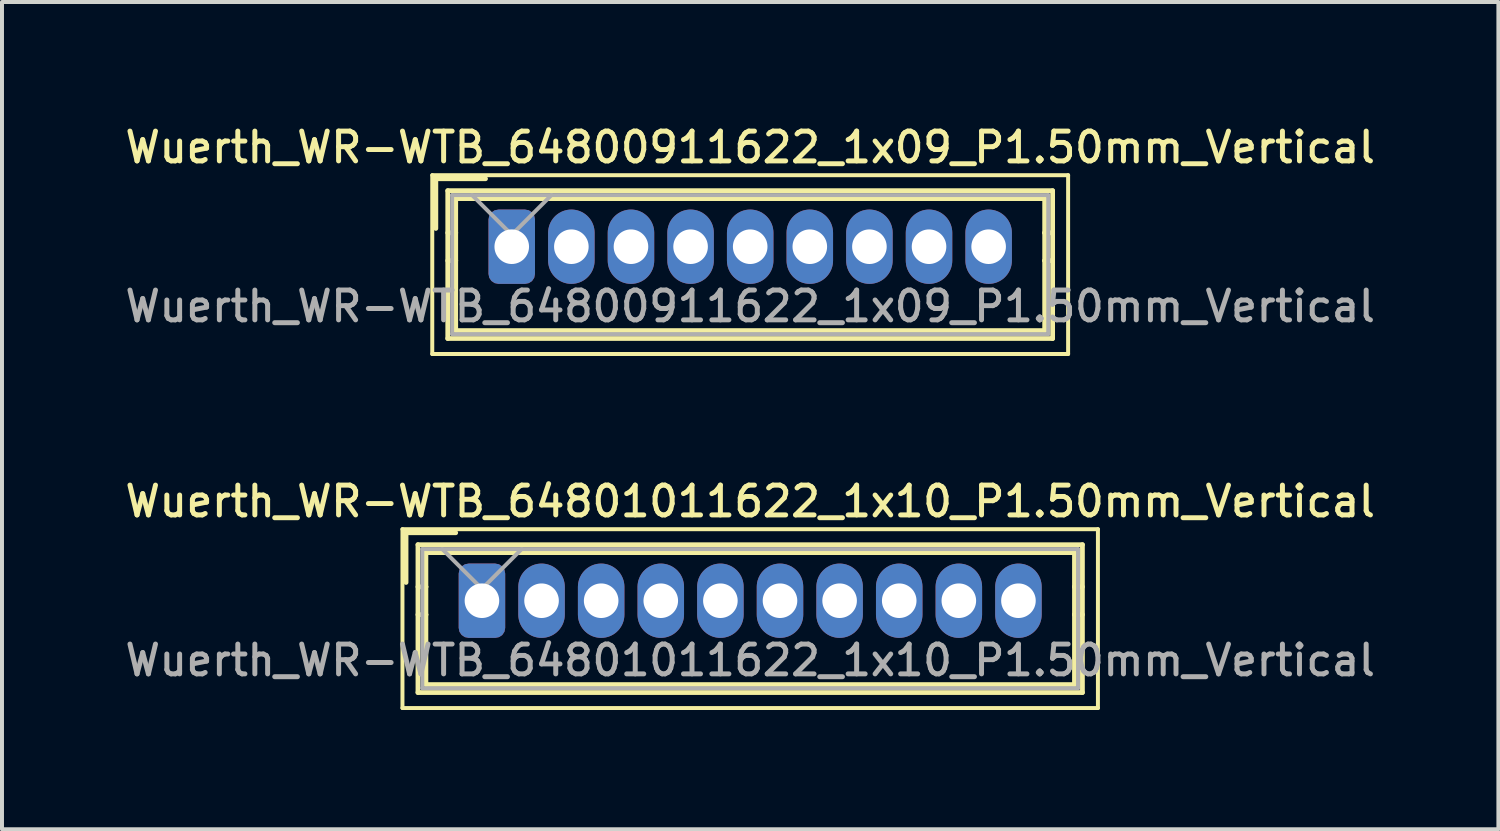
<source format=kicad_pcb>
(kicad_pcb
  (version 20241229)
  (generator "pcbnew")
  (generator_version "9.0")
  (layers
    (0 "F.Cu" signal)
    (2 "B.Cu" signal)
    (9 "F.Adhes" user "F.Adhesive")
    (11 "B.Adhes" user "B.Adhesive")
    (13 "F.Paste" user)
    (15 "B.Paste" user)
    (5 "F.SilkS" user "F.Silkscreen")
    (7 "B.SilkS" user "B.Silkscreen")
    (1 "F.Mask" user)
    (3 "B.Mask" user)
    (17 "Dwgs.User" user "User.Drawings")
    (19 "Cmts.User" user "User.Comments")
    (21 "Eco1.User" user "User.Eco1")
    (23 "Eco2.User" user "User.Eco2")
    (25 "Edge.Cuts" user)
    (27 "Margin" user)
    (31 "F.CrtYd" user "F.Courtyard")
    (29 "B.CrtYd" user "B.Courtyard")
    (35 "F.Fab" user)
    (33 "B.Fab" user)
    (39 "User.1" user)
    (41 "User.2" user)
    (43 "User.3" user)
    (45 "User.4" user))
  (footprint "Wuerth_WR-WTB_64800911622_1x09_P1.50mm_Vertical"
    (layer "F.Cu")
    (at 9.827 3.158)
    (property "Reference" "Wuerth_WR-WTB_64800911622_1x09_P1.50mm_Vertical" (at 6 -2.5 0) (layer "F.SilkS") (effects (font (size 0.75 0.75) (thickness 0.125))))
    (attr through_hole)
    (fp_line (start -2 -1.8) (end -2 2.7) (stroke (width 0.1) (type solid)) (layer "F.SilkS"))
    (fp_line (start -2 2.7) (end 14 2.7) (stroke (width 0.1) (type solid)) (layer "F.SilkS"))
    (fp_line (start -1.91 -1.71) (end -1.91 -0.46) (stroke (width 0.12) (type solid)) (layer "F.SilkS"))
    (fp_line (start -1.61 -1.41) (end -1.61 2.31) (stroke (width 0.12) (type solid)) (layer "F.SilkS"))
    (fp_line (start -1.61 -0.35) (end -1.41 -0.35) (stroke (width 0.12) (type solid)) (layer "F.SilkS"))
    (fp_line (start -1.61 2.31) (end 13.61 2.31) (stroke (width 0.12) (type solid)) (layer "F.SilkS"))
    (fp_line (start -1.41 -1.21) (end 13.41 -1.21) (stroke (width 0.12) (type solid)) (layer "F.SilkS"))
    (fp_line (start -1.41 -0.35) (end -1.41 -1.21) (stroke (width 0.12) (type solid)) (layer "F.SilkS"))
    (fp_line (start -1.41 -0.35) (end -1.41 0.35) (stroke (width 0.12) (type solid)) (layer "F.SilkS"))
    (fp_line (start -1.41 0.35) (end -1.61 0.35) (stroke (width 0.12) (type solid)) (layer "F.SilkS"))
    (fp_line (start -1.41 0.35) (end -1.41 2.11) (stroke (width 0.12) (type solid)) (layer "F.SilkS"))
    (fp_line (start -1.41 2.11) (end 13.41 2.11) (stroke (width 0.12) (type solid)) (layer "F.SilkS"))
    (fp_line (start -0.66 -1.71) (end -1.91 -1.71) (stroke (width 0.12) (type solid)) (layer "F.SilkS"))
    (fp_line (start 13.41 -1.21) (end 13.41 -0.35) (stroke (width 0.12) (type solid)) (layer "F.SilkS"))
    (fp_line (start 13.41 -0.35) (end 13.41 0.35) (stroke (width 0.12) (type solid)) (layer "F.SilkS"))
    (fp_line (start 13.41 -0.35) (end 13.61 -0.35) (stroke (width 0.12) (type solid)) (layer "F.SilkS"))
    (fp_line (start 13.41 0.35) (end 13.61 0.35) (stroke (width 0.12) (type solid)) (layer "F.SilkS"))
    (fp_line (start 13.41 2.11) (end 13.41 0.35) (stroke (width 0.12) (type solid)) (layer "F.SilkS"))
    (fp_line (start 13.61 -1.41) (end -1.61 -1.41) (stroke (width 0.12) (type solid)) (layer "F.SilkS"))
    (fp_line (start 13.61 2.31) (end 13.61 -1.41) (stroke (width 0.12) (type solid)) (layer "F.SilkS"))
    (fp_line (start 14 -1.8) (end -2 -1.8) (stroke (width 0.1) (type solid)) (layer "F.SilkS"))
    (fp_line (start 14 2.7) (end 14 -1.8) (stroke (width 0.1) (type solid)) (layer "F.SilkS"))
    (fp_line (start -1.5 -1.3) (end -1.5 2.2) (stroke (width 0.1) (type solid)) (layer "F.Fab"))
    (fp_line (start -1.5 2.2) (end 13.5 2.2) (stroke (width 0.1) (type solid)) (layer "F.Fab"))
    (fp_line (start -1 -1.3) (end 0 -0.3) (stroke (width 0.1) (type solid)) (layer "F.Fab"))
    (fp_line (start 0 -0.3) (end 1 -1.3) (stroke (width 0.1) (type solid)) (layer "F.Fab"))
    (fp_line (start 13.5 -1.3) (end -1.5 -1.3) (stroke (width 0.1) (type solid)) (layer "F.Fab"))
    (fp_line (start 13.5 2.2) (end 13.5 -1.3) (stroke (width 0.1) (type solid)) (layer "F.Fab"))
    (fp_text user "${REFERENCE}" (at 6 1.5 0) (layer "F.Fab") (effects (font (size 0.75 0.75) (thickness 0.125))))
    (pad "1" thru_hole roundrect (at 0 0) (size 1.17 1.87) (drill 0.87) (layers "*.Cu" "*.Mask") (roundrect_rratio 0.214))
    (pad "2" thru_hole oval (at 1.5 0) (size 1.17 1.87) (drill 0.87) (layers "*.Cu" "*.Mask"))
    (pad "3" thru_hole oval (at 3 0) (size 1.17 1.87) (drill 0.87) (layers "*.Cu" "*.Mask"))
    (pad "4" thru_hole oval (at 4.5 0) (size 1.17 1.87) (drill 0.87) (layers "*.Cu" "*.Mask"))
    (pad "5" thru_hole oval (at 6 0) (size 1.17 1.87) (drill 0.87) (layers "*.Cu" "*.Mask"))
    (pad "6" thru_hole oval (at 7.5 0) (size 1.17 1.87) (drill 0.87) (layers "*.Cu" "*.Mask"))
    (pad "7" thru_hole oval (at 9 0) (size 1.17 1.87) (drill 0.87) (layers "*.Cu" "*.Mask"))
    (pad "8" thru_hole oval (at 10.5 0) (size 1.17 1.87) (drill 0.87) (layers "*.Cu" "*.Mask"))
    (pad "9" thru_hole oval (at 12 0) (size 1.17 1.87) (drill 0.87) (layers "*.Cu" "*.Mask")))
  (footprint "Wuerth_WR-WTB_64801011622_1x10_P1.50mm_Vertical"
    (layer "F.Cu")
    (at 9.077 12.066)
    (property "Reference" "Wuerth_WR-WTB_64801011622_1x10_P1.50mm_Vertical" (at 6.75 -2.5 0) (layer "F.SilkS") (effects (font (size 0.75 0.75) (thickness 0.125))))
    (attr through_hole)
    (fp_line (start -2 -1.8) (end -2 2.7) (stroke (width 0.1) (type solid)) (layer "F.SilkS"))
    (fp_line (start -2 2.7) (end 15.5 2.7) (stroke (width 0.1) (type solid)) (layer "F.SilkS"))
    (fp_line (start -1.91 -1.71) (end -1.91 -0.46) (stroke (width 0.12) (type solid)) (layer "F.SilkS"))
    (fp_line (start -1.61 -1.41) (end -1.61 2.31) (stroke (width 0.12) (type solid)) (layer "F.SilkS"))
    (fp_line (start -1.61 -0.35) (end -1.41 -0.35) (stroke (width 0.12) (type solid)) (layer "F.SilkS"))
    (fp_line (start -1.61 2.31) (end 15.11 2.31) (stroke (width 0.12) (type solid)) (layer "F.SilkS"))
    (fp_line (start -1.41 -1.21) (end 14.91 -1.21) (stroke (width 0.12) (type solid)) (layer "F.SilkS"))
    (fp_line (start -1.41 -0.35) (end -1.41 -1.21) (stroke (width 0.12) (type solid)) (layer "F.SilkS"))
    (fp_line (start -1.41 -0.35) (end -1.41 0.35) (stroke (width 0.12) (type solid)) (layer "F.SilkS"))
    (fp_line (start -1.41 0.35) (end -1.61 0.35) (stroke (width 0.12) (type solid)) (layer "F.SilkS"))
    (fp_line (start -1.41 0.35) (end -1.41 2.11) (stroke (width 0.12) (type solid)) (layer "F.SilkS"))
    (fp_line (start -1.41 2.11) (end 14.91 2.11) (stroke (width 0.12) (type solid)) (layer "F.SilkS"))
    (fp_line (start -0.66 -1.71) (end -1.91 -1.71) (stroke (width 0.12) (type solid)) (layer "F.SilkS"))
    (fp_line (start 14.91 -1.21) (end 14.91 -0.35) (stroke (width 0.12) (type solid)) (layer "F.SilkS"))
    (fp_line (start 14.91 -0.35) (end 14.91 0.35) (stroke (width 0.12) (type solid)) (layer "F.SilkS"))
    (fp_line (start 14.91 -0.35) (end 15.11 -0.35) (stroke (width 0.12) (type solid)) (layer "F.SilkS"))
    (fp_line (start 14.91 0.35) (end 15.11 0.35) (stroke (width 0.12) (type solid)) (layer "F.SilkS"))
    (fp_line (start 14.91 2.11) (end 14.91 0.35) (stroke (width 0.12) (type solid)) (layer "F.SilkS"))
    (fp_line (start 15.11 -1.41) (end -1.61 -1.41) (stroke (width 0.12) (type solid)) (layer "F.SilkS"))
    (fp_line (start 15.11 2.31) (end 15.11 -1.41) (stroke (width 0.12) (type solid)) (layer "F.SilkS"))
    (fp_line (start 15.5 -1.8) (end -2 -1.8) (stroke (width 0.1) (type solid)) (layer "F.SilkS"))
    (fp_line (start 15.5 2.7) (end 15.5 -1.8) (stroke (width 0.1) (type solid)) (layer "F.SilkS"))
    (fp_line (start -1.5 -1.3) (end -1.5 2.2) (stroke (width 0.1) (type solid)) (layer "F.Fab"))
    (fp_line (start -1.5 2.2) (end 15 2.2) (stroke (width 0.1) (type solid)) (layer "F.Fab"))
    (fp_line (start -1 -1.3) (end 0 -0.3) (stroke (width 0.1) (type solid)) (layer "F.Fab"))
    (fp_line (start 0 -0.3) (end 1 -1.3) (stroke (width 0.1) (type solid)) (layer "F.Fab"))
    (fp_line (start 15 -1.3) (end -1.5 -1.3) (stroke (width 0.1) (type solid)) (layer "F.Fab"))
    (fp_line (start 15 2.2) (end 15 -1.3) (stroke (width 0.1) (type solid)) (layer "F.Fab"))
    (fp_text user "${REFERENCE}" (at 6.75 1.5 0) (layer "F.Fab") (effects (font (size 0.75 0.75) (thickness 0.125))))
    (pad "1" thru_hole roundrect (at 0 0) (size 1.17 1.87) (drill 0.87) (layers "*.Cu" "*.Mask") (roundrect_rratio 0.214))
    (pad "2" thru_hole oval (at 1.5 0) (size 1.17 1.87) (drill 0.87) (layers "*.Cu" "*.Mask"))
    (pad "3" thru_hole oval (at 3 0) (size 1.17 1.87) (drill 0.87) (layers "*.Cu" "*.Mask"))
    (pad "4" thru_hole oval (at 4.5 0) (size 1.17 1.87) (drill 0.87) (layers "*.Cu" "*.Mask"))
    (pad "5" thru_hole oval (at 6 0) (size 1.17 1.87) (drill 0.87) (layers "*.Cu" "*.Mask"))
    (pad "6" thru_hole oval (at 7.5 0) (size 1.17 1.87) (drill 0.87) (layers "*.Cu" "*.Mask"))
    (pad "7" thru_hole oval (at 9 0) (size 1.17 1.87) (drill 0.87) (layers "*.Cu" "*.Mask"))
    (pad "8" thru_hole oval (at 10.5 0) (size 1.17 1.87) (drill 0.87) (layers "*.Cu" "*.Mask"))
    (pad "9" thru_hole oval (at 12 0) (size 1.17 1.87) (drill 0.87) (layers "*.Cu" "*.Mask"))
    (pad "10" thru_hole oval (at 13.5 0) (size 1.17 1.87) (drill 0.87) (layers "*.Cu" "*.Mask")))
  (gr_rect
    (start -3 -3)
    (end 34.654 17.816)
    (stroke (width 0.1) (type default))
    (fill no)
    (layer "Edge.Cuts")))
</source>
